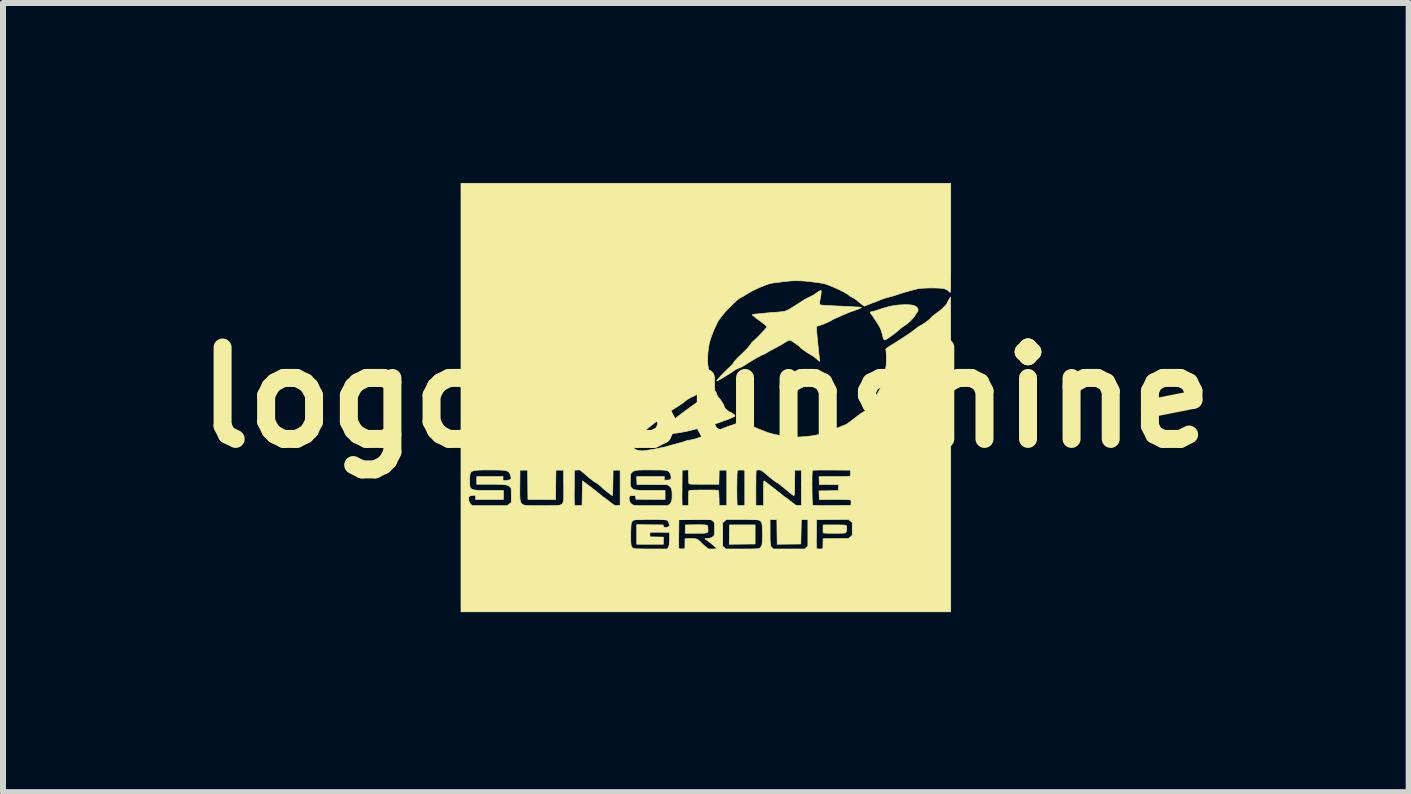
<source format=kicad_pcb>
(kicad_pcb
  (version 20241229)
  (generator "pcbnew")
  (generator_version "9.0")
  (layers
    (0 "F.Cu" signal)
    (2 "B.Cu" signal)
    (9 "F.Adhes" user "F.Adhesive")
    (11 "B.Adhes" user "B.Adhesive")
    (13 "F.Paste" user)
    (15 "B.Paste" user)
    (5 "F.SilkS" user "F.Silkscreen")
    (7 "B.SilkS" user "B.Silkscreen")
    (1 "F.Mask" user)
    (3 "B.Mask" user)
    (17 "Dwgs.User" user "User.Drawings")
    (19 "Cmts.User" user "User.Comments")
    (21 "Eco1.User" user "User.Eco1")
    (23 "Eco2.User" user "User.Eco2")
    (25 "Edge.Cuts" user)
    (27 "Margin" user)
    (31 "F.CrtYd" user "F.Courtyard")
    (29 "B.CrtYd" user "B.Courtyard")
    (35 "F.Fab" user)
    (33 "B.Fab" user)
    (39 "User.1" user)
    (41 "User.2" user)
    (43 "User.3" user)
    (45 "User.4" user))
  (footprint "logo-sunshine"
    (layer "F.Cu")
    (at 8.716 3.577)
    (property "Reference" "logo-sunshine" (at 0 0 0) (layer "F.SilkS") (effects (font (size 1.524 1.524) (thickness 0.3))))
    (attr through_hole)
    (fp_poly (pts (xy 0.821 2.441) (xy 0.605 2.443) (xy 0.39 2.445) (xy 0.392 2.284) (xy 0.395 2.123) (xy 0.821 2.123) (xy 0.821 2.441)) (stroke (width 0.01) (type solid)) (fill yes) (layer "F.SilkS"))
    (fp_poly (pts (xy -0.08 2.121) (xy -0.039 2.122) (xy -0.01 2.124) (xy 0.002 2.126) (xy 0.019 2.13) (xy 0.028 2.137) (xy 0.032 2.15) (xy 0.034 2.175) (xy 0.034 2.181) (xy 0.036 2.207) (xy 0.035 2.227) (xy 0.031 2.242) (xy 0.02 2.251) (xy 0.000299 2.257) (xy -0.03 2.261) (xy -0.072 2.262) (xy -0.13 2.262) (xy -0.164 2.262) (xy -0.345 2.262) (xy -0.34 2.123) (xy -0.184 2.121) (xy -0.13 2.121) (xy -0.08 2.121)) (stroke (width 0.01) (type solid)) (fill yes) (layer "F.SilkS"))
    (fp_poly (pts (xy 2.208 2.123) (xy 2.257 2.124) (xy 2.292 2.125) (xy 2.316 2.127) (xy 2.331 2.13) (xy 2.339 2.133) (xy 2.341 2.135) (xy 2.347 2.154) (xy 2.349 2.182) (xy 2.347 2.212) (xy 2.34 2.236) (xy 2.335 2.245) (xy 2.33 2.251) (xy 2.323 2.255) (xy 2.312 2.258) (xy 2.294 2.26) (xy 2.267 2.261) (xy 2.229 2.262) (xy 2.176 2.262) (xy 2.141 2.262) (xy 2.086 2.262) (xy 2.037 2.261) (xy 1.997 2.26) (xy 1.97 2.258) (xy 1.957 2.257) (xy 1.957 2.256) (xy 1.955 2.246) (xy 1.954 2.224) (xy 1.954 2.195) (xy 1.954 2.187) (xy 1.955 2.123) (xy 2.143 2.123) (xy 2.208 2.123)) (stroke (width 0.01) (type solid)) (fill yes) (layer "F.SilkS"))
    (fp_poly (pts (xy 3.38 -1.547) (xy 3.427 -1.543) (xy 3.462 -1.536) (xy 3.491 -1.524) (xy 3.515 -1.508) (xy 3.517 -1.506) (xy 3.531 -1.487) (xy 3.538 -1.463) (xy 3.536 -1.441) (xy 3.53 -1.432) (xy 3.522 -1.422) (xy 3.508 -1.402) (xy 3.493 -1.377) (xy 3.457 -1.327) (xy 3.409 -1.276) (xy 3.357 -1.23) (xy 3.312 -1.199) (xy 3.277 -1.176) (xy 3.243 -1.15) (xy 3.223 -1.131) (xy 3.197 -1.109) (xy 3.165 -1.082) (xy 3.128 -1.054) (xy 3.09 -1.026) (xy 3.053 -1.001) (xy 3.021 -0.98) (xy 2.996 -0.966) (xy 2.981 -0.96) (xy 2.98 -0.96) (xy 2.971 -0.967) (xy 2.961 -0.984) (xy 2.96 -0.986) (xy 2.953 -1.008) (xy 2.945 -1.038) (xy 2.939 -1.064) (xy 2.927 -1.108) (xy 2.91 -1.151) (xy 2.892 -1.188) (xy 2.885 -1.199) (xy 2.875 -1.213) (xy 2.863 -1.234) (xy 2.86 -1.238) (xy 2.847 -1.261) (xy 2.828 -1.289) (xy 2.815 -1.307) (xy 2.799 -1.33) (xy 2.788 -1.347) (xy 2.785 -1.353) (xy 2.78 -1.362) (xy 2.767 -1.378) (xy 2.762 -1.384) (xy 2.744 -1.408) (xy 2.741 -1.423) (xy 2.751 -1.429) (xy 2.755 -1.429) (xy 2.774 -1.432) (xy 2.807 -1.441) (xy 2.853 -1.455) (xy 2.91 -1.474) (xy 2.939 -1.484) (xy 3.067 -1.521) (xy 3.198 -1.542) (xy 3.318 -1.548) (xy 3.38 -1.547)) (stroke (width 0.01) (type solid)) (fill yes) (layer "F.SilkS"))
    (fp_poly (pts (xy 0.167 -0.097) (xy 0.176 -0.07) (xy 0.177 -0.064) (xy 0.186 -0.042) (xy 0.202 -0.015) (xy 0.217 0.004) (xy 0.236 0.027) (xy 0.251 0.046) (xy 0.257 0.056) (xy 0.265 0.069) (xy 0.279 0.09) (xy 0.285 0.099) (xy 0.297 0.119) (xy 0.303 0.133) (xy 0.303 0.136) (xy 0.304 0.149) (xy 0.315 0.169) (xy 0.334 0.191) (xy 0.358 0.213) (xy 0.382 0.232) (xy 0.402 0.242) (xy 0.427 0.254) (xy 0.454 0.272) (xy 0.462 0.278) (xy 0.48 0.294) (xy 0.486 0.304) (xy 0.482 0.311) (xy 0.475 0.316) (xy 0.458 0.325) (xy 0.43 0.338) (xy 0.398 0.352) (xy 0.365 0.365) (xy 0.337 0.375) (xy 0.318 0.381) (xy 0.315 0.381) (xy 0.297 0.386) (xy 0.294 0.388) (xy 0.281 0.395) (xy 0.258 0.403) (xy 0.254 0.405) (xy 0.227 0.414) (xy 0.193 0.427) (xy 0.174 0.434) (xy 0.146 0.444) (xy 0.123 0.451) (xy 0.113 0.452) (xy 0.09 0.455) (xy 0.054 0.462) (xy 0.011 0.472) (xy -0.033 0.485) (xy -0.045 0.489) (xy -0.145 0.518) (xy -0.242 0.544) (xy -0.332 0.565) (xy -0.415 0.581) (xy -0.488 0.592) (xy -0.549 0.598) (xy -0.598 0.597) (xy -0.626 0.593) (xy -0.646 0.585) (xy -0.656 0.575) (xy -0.66 0.556) (xy -0.661 0.549) (xy -0.658 0.522) (xy -0.645 0.493) (xy -0.622 0.459) (xy -0.586 0.421) (xy -0.537 0.375) (xy -0.505 0.346) (xy -0.476 0.323) (xy -0.438 0.293) (xy -0.395 0.26) (xy -0.347 0.225) (xy -0.298 0.189) (xy -0.25 0.154) (xy -0.204 0.121) (xy -0.164 0.093) (xy -0.131 0.071) (xy -0.107 0.056) (xy -0.097 0.051) (xy -0.083 0.041) (xy -0.073 0.028) (xy -0.056 0.012) (xy -0.033 -0.001) (xy -0.012 -0.01) (xy 0.02 -0.028) (xy 0.06 -0.052) (xy 0.104 -0.08) (xy 0.144 -0.106) (xy 0.156 -0.109) (xy 0.167 -0.097)) (stroke (width 0.01) (type solid)) (fill yes) (layer "F.SilkS"))
    (fp_poly (pts (xy 1.921 -1.779) (xy 1.923 -1.758) (xy 1.92 -1.727) (xy 1.914 -1.687) (xy 1.91 -1.663) (xy 1.901 -1.617) (xy 1.897 -1.584) (xy 1.898 -1.563) (xy 1.903 -1.55) (xy 1.912 -1.544) (xy 1.926 -1.542) (xy 1.955 -1.539) (xy 1.995 -1.536) (xy 2.043 -1.534) (xy 2.082 -1.532) (xy 2.138 -1.529) (xy 2.201 -1.526) (xy 2.267 -1.523) (xy 2.335 -1.52) (xy 2.4 -1.516) (xy 2.46 -1.513) (xy 2.512 -1.51) (xy 2.553 -1.508) (xy 2.58 -1.506) (xy 2.585 -1.506) (xy 2.593 -1.503) (xy 2.589 -1.498) (xy 2.571 -1.489) (xy 2.539 -1.475) (xy 2.501 -1.46) (xy 2.466 -1.447) (xy 2.438 -1.438) (xy 2.434 -1.437) (xy 2.414 -1.43) (xy 2.381 -1.417) (xy 2.34 -1.4) (xy 2.293 -1.38) (xy 2.245 -1.359) (xy 2.198 -1.338) (xy 2.155 -1.319) (xy 2.121 -1.303) (xy 2.098 -1.291) (xy 2.091 -1.286) (xy 2.068 -1.273) (xy 2.033 -1.256) (xy 1.991 -1.237) (xy 1.947 -1.219) (xy 1.906 -1.205) (xy 1.9 -1.203) (xy 1.846 -1.186) (xy 1.846 -1.131) (xy 1.847 -1.108) (xy 1.85 -1.072) (xy 1.854 -1.026) (xy 1.859 -0.972) (xy 1.865 -0.914) (xy 1.871 -0.855) (xy 1.877 -0.796) (xy 1.883 -0.741) (xy 1.889 -0.693) (xy 1.894 -0.654) (xy 1.895 -0.653) (xy 1.898 -0.627) (xy 1.898 -0.609) (xy 1.897 -0.603) (xy 1.888 -0.609) (xy 1.871 -0.623) (xy 1.848 -0.643) (xy 1.843 -0.647) (xy 1.813 -0.672) (xy 1.78 -0.696) (xy 1.753 -0.712) (xy 1.73 -0.725) (xy 1.7 -0.743) (xy 1.668 -0.765) (xy 1.635 -0.788) (xy 1.606 -0.809) (xy 1.584 -0.827) (xy 1.571 -0.839) (xy 1.569 -0.842) (xy 1.563 -0.849) (xy 1.545 -0.864) (xy 1.52 -0.882) (xy 1.491 -0.903) (xy 1.462 -0.923) (xy 1.436 -0.94) (xy 1.423 -0.947) (xy 1.408 -0.955) (xy 1.396 -0.957) (xy 1.381 -0.953) (xy 1.358 -0.941) (xy 1.349 -0.936) (xy 1.321 -0.92) (xy 1.296 -0.905) (xy 1.284 -0.897) (xy 1.27 -0.888) (xy 1.243 -0.873) (xy 1.208 -0.854) (xy 1.167 -0.831) (xy 1.148 -0.821) (xy 1.105 -0.799) (xy 1.066 -0.778) (xy 1.036 -0.76) (xy 1.016 -0.748) (xy 1.011 -0.745) (xy 0.991 -0.733) (xy 0.964 -0.72) (xy 0.959 -0.719) (xy 0.933 -0.707) (xy 0.896 -0.688) (xy 0.851 -0.664) (xy 0.802 -0.636) (xy 0.752 -0.606) (xy 0.704 -0.576) (xy 0.68 -0.561) (xy 0.647 -0.539) (xy 0.615 -0.52) (xy 0.59 -0.507) (xy 0.583 -0.504) (xy 0.553 -0.492) (xy 0.522 -0.48) (xy 0.521 -0.479) (xy 0.493 -0.465) (xy 0.465 -0.446) (xy 0.461 -0.443) (xy 0.444 -0.431) (xy 0.418 -0.413) (xy 0.384 -0.392) (xy 0.346 -0.369) (xy 0.307 -0.345) (xy 0.269 -0.322) (xy 0.234 -0.302) (xy 0.206 -0.287) (xy 0.188 -0.277) (xy 0.181 -0.276) (xy 0.187 -0.288) (xy 0.204 -0.309) (xy 0.229 -0.338) (xy 0.26 -0.373) (xy 0.297 -0.41) (xy 0.336 -0.449) (xy 0.375 -0.487) (xy 0.392 -0.503) (xy 0.419 -0.527) (xy 0.439 -0.548) (xy 0.451 -0.562) (xy 0.454 -0.566) (xy 0.46 -0.579) (xy 0.476 -0.602) (xy 0.502 -0.631) (xy 0.534 -0.665) (xy 0.571 -0.701) (xy 0.585 -0.714) (xy 0.643 -0.77) (xy 0.689 -0.817) (xy 0.723 -0.856) (xy 0.746 -0.888) (xy 0.748 -0.891) (xy 0.765 -0.915) (xy 0.79 -0.94) (xy 0.802 -0.95) (xy 0.82 -0.967) (xy 0.846 -0.991) (xy 0.877 -1.022) (xy 0.91 -1.056) (xy 0.943 -1.091) (xy 0.973 -1.123) (xy 0.996 -1.149) (xy 1.012 -1.168) (xy 1.014 -1.172) (xy 1.017 -1.179) (xy 1.014 -1.187) (xy 1.005 -1.197) (xy 0.988 -1.212) (xy 0.961 -1.233) (xy 0.923 -1.262) (xy 0.901 -1.279) (xy 0.86 -1.308) (xy 0.825 -1.335) (xy 0.798 -1.357) (xy 0.78 -1.372) (xy 0.774 -1.378) (xy 0.78 -1.384) (xy 0.804 -1.389) (xy 0.836 -1.392) (xy 0.882 -1.396) (xy 0.932 -1.401) (xy 0.966 -1.405) (xy 1.001 -1.409) (xy 1.048 -1.413) (xy 1.1 -1.417) (xy 1.143 -1.42) (xy 1.204 -1.425) (xy 1.251 -1.429) (xy 1.287 -1.433) (xy 1.316 -1.439) (xy 1.341 -1.448) (xy 1.366 -1.459) (xy 1.395 -1.475) (xy 1.431 -1.497) (xy 1.435 -1.499) (xy 1.479 -1.526) (xy 1.524 -1.555) (xy 1.565 -1.581) (xy 1.596 -1.602) (xy 1.596 -1.602) (xy 1.635 -1.627) (xy 1.68 -1.652) (xy 1.721 -1.672) (xy 1.759 -1.69) (xy 1.796 -1.71) (xy 1.825 -1.729) (xy 1.826 -1.73) (xy 1.862 -1.756) (xy 1.891 -1.775) (xy 1.911 -1.785) (xy 1.916 -1.786) (xy 1.921 -1.779)) (stroke (width 0.01) (type solid)) (fill yes) (layer "F.SilkS"))
    (fp_poly (pts (xy 4.082 -2.653) (xy 4.082 -2.513) (xy 4.082 -2.388) (xy 4.082 -2.277) (xy 4.082 -2.179) (xy 4.082 -2.094) (xy 4.081 -2.021) (xy 4.081 -1.959) (xy 4.08 -1.907) (xy 4.08 -1.864) (xy 4.079 -1.829) (xy 4.078 -1.802) (xy 4.077 -1.782) (xy 4.076 -1.768) (xy 4.074 -1.758) (xy 4.072 -1.753) (xy 4.07 -1.752) (xy 4.068 -1.753) (xy 4.066 -1.756) (xy 4.032 -1.788) (xy 3.985 -1.811) (xy 3.965 -1.817) (xy 3.937 -1.821) (xy 3.895 -1.824) (xy 3.843 -1.826) (xy 3.784 -1.827) (xy 3.724 -1.827) (xy 3.665 -1.825) (xy 3.612 -1.823) (xy 3.568 -1.819) (xy 3.538 -1.815) (xy 3.538 -1.815) (xy 3.446 -1.792) (xy 3.357 -1.767) (xy 3.274 -1.743) (xy 3.202 -1.72) (xy 3.175 -1.71) (xy 3.134 -1.697) (xy 3.086 -1.683) (xy 3.05 -1.674) (xy 3.01 -1.664) (xy 2.963 -1.649) (xy 2.917 -1.632) (xy 2.908 -1.628) (xy 2.874 -1.614) (xy 2.847 -1.603) (xy 2.83 -1.596) (xy 2.827 -1.595) (xy 2.817 -1.592) (xy 2.795 -1.584) (xy 2.766 -1.573) (xy 2.734 -1.56) (xy 2.703 -1.548) (xy 2.678 -1.538) (xy 2.665 -1.532) (xy 2.648 -1.525) (xy 2.642 -1.524) (xy 2.632 -1.529) (xy 2.613 -1.543) (xy 2.587 -1.564) (xy 2.555 -1.59) (xy 2.553 -1.592) (xy 2.519 -1.62) (xy 2.485 -1.644) (xy 2.457 -1.663) (xy 2.439 -1.672) (xy 2.41 -1.686) (xy 2.384 -1.705) (xy 2.383 -1.707) (xy 2.361 -1.723) (xy 2.326 -1.744) (xy 2.281 -1.769) (xy 2.229 -1.795) (xy 2.172 -1.821) (xy 2.116 -1.846) (xy 2.062 -1.868) (xy 2.014 -1.886) (xy 1.991 -1.893) (xy 1.961 -1.9) (xy 1.92 -1.908) (xy 1.876 -1.916) (xy 1.86 -1.918) (xy 1.753 -1.931) (xy 1.66 -1.941) (xy 1.579 -1.946) (xy 1.506 -1.948) (xy 1.438 -1.946) (xy 1.373 -1.941) (xy 1.352 -1.938) (xy 1.307 -1.933) (xy 1.253 -1.927) (xy 1.2 -1.92) (xy 1.179 -1.918) (xy 1.135 -1.912) (xy 1.094 -1.905) (xy 1.061 -1.898) (xy 1.048 -1.894) (xy 1.014 -1.881) (xy 0.979 -1.869) (xy 0.975 -1.867) (xy 0.924 -1.847) (xy 0.867 -1.822) (xy 0.811 -1.796) (xy 0.76 -1.77) (xy 0.718 -1.747) (xy 0.703 -1.737) (xy 0.666 -1.713) (xy 0.625 -1.689) (xy 0.594 -1.672) (xy 0.575 -1.662) (xy 0.557 -1.651) (xy 0.538 -1.638) (xy 0.517 -1.62) (xy 0.492 -1.597) (xy 0.461 -1.567) (xy 0.422 -1.529) (xy 0.373 -1.479) (xy 0.369 -1.476) (xy 0.329 -1.434) (xy 0.291 -1.389) (xy 0.255 -1.345) (xy 0.224 -1.303) (xy 0.201 -1.268) (xy 0.187 -1.241) (xy 0.186 -1.238) (xy 0.178 -1.22) (xy 0.166 -1.194) (xy 0.159 -1.179) (xy 0.14 -1.139) (xy 0.118 -1.084) (xy 0.092 -1.016) (xy 0.078 -0.976) (xy 0.059 -0.912) (xy 0.045 -0.836) (xy 0.035 -0.754) (xy 0.03 -0.671) (xy 0.03 -0.592) (xy 0.035 -0.532) (xy 0.048 -0.451) (xy 0.067 -0.366) (xy 0.089 -0.287) (xy 0.091 -0.282) (xy 0.097 -0.259) (xy 0.102 -0.241) (xy 0.103 -0.239) (xy 0.096 -0.23) (xy 0.078 -0.214) (xy 0.05 -0.194) (xy 0.018 -0.173) (xy -0.017 -0.15) (xy -0.048 -0.129) (xy -0.071 -0.113) (xy -0.082 -0.104) (xy -0.099 -0.09) (xy -0.125 -0.071) (xy -0.157 -0.05) (xy -0.188 -0.031) (xy -0.214 -0.017) (xy -0.228 -0.012) (xy -0.244 -0.005) (xy -0.269 0.009) (xy -0.296 0.025) (xy -0.323 0.042) (xy -0.343 0.057) (xy -0.352 0.065) (xy -0.361 0.074) (xy -0.381 0.089) (xy -0.411 0.109) (xy -0.445 0.133) (xy -0.483 0.157) (xy -0.519 0.181) (xy -0.553 0.202) (xy -0.579 0.218) (xy -0.592 0.225) (xy -0.616 0.238) (xy -0.631 0.249) (xy -0.635 0.253) (xy -0.642 0.26) (xy -0.66 0.276) (xy -0.689 0.298) (xy -0.726 0.325) (xy -0.768 0.357) (xy -0.785 0.369) (xy -0.833 0.405) (xy -0.885 0.446) (xy -0.939 0.489) (xy -0.992 0.533) (xy -1.042 0.577) (xy -1.088 0.617) (xy -1.127 0.654) (xy -1.158 0.684) (xy -1.178 0.706) (xy -1.183 0.714) (xy -1.193 0.734) (xy -1.202 0.761) (xy -1.206 0.774) (xy -1.213 0.799) (xy -1.212 0.817) (xy -1.205 0.833) (xy -1.201 0.841) (xy -1.185 0.859) (xy -1.163 0.871) (xy -1.138 0.878) (xy -1.106 0.884) (xy -1.077 0.888) (xy -1.066 0.889) (xy -1.038 0.887) (xy -0.996 0.882) (xy -0.944 0.874) (xy -0.885 0.865) (xy -0.825 0.854) (xy -0.765 0.842) (xy -0.711 0.83) (xy -0.665 0.82) (xy -0.632 0.81) (xy -0.63 0.81) (xy -0.613 0.804) (xy -0.584 0.796) (xy -0.55 0.787) (xy -0.544 0.786) (xy -0.489 0.771) (xy -0.437 0.757) (xy -0.393 0.744) (xy -0.358 0.733) (xy -0.336 0.725) (xy -0.331 0.723) (xy -0.317 0.718) (xy -0.293 0.713) (xy -0.277 0.711) (xy -0.227 0.702) (xy -0.166 0.686) (xy -0.101 0.664) (xy -0.077 0.655) (xy -0.044 0.643) (xy -0.012 0.632) (xy 0 0.627) (xy 0.04 0.614) (xy 0.082 0.6) (xy 0.121 0.585) (xy 0.153 0.573) (xy 0.172 0.564) (xy 0.172 0.564) (xy 0.189 0.556) (xy 0.218 0.543) (xy 0.255 0.527) (xy 0.296 0.51) (xy 0.336 0.494) (xy 0.369 0.482) (xy 0.403 0.47) (xy 0.413 0.468) (xy 0.437 0.46) (xy 0.471 0.447) (xy 0.511 0.431) (xy 0.529 0.423) (xy 0.61 0.388) (xy 0.662 0.42) (xy 0.693 0.437) (xy 0.736 0.459) (xy 0.786 0.483) (xy 0.84 0.507) (xy 0.893 0.53) (xy 0.941 0.549) (xy 0.948 0.551) (xy 0.977 0.562) (xy 1.002 0.573) (xy 1.007 0.575) (xy 1.03 0.583) (xy 1.06 0.592) (xy 1.07 0.595) (xy 1.101 0.603) (xy 1.127 0.61) (xy 1.134 0.611) (xy 1.195 0.625) (xy 1.267 0.638) (xy 1.346 0.648) (xy 1.425 0.655) (xy 1.498 0.659) (xy 1.516 0.659) (xy 1.574 0.657) (xy 1.64 0.652) (xy 1.709 0.646) (xy 1.776 0.637) (xy 1.833 0.627) (xy 1.86 0.622) (xy 1.893 0.614) (xy 1.924 0.607) (xy 1.937 0.604) (xy 1.975 0.594) (xy 2.016 0.581) (xy 2.055 0.568) (xy 2.087 0.556) (xy 2.105 0.548) (xy 2.124 0.538) (xy 2.155 0.524) (xy 2.194 0.507) (xy 2.236 0.489) (xy 2.276 0.473) (xy 2.309 0.46) (xy 2.316 0.457) (xy 2.329 0.452) (xy 2.344 0.444) (xy 2.362 0.432) (xy 2.386 0.416) (xy 2.417 0.393) (xy 2.457 0.363) (xy 2.508 0.324) (xy 2.539 0.299) (xy 2.574 0.273) (xy 2.609 0.25) (xy 2.639 0.232) (xy 2.651 0.226) (xy 2.679 0.21) (xy 2.702 0.193) (xy 2.71 0.184) (xy 2.724 0.166) (xy 2.736 0.153) (xy 2.745 0.14) (xy 2.757 0.118) (xy 2.762 0.105) (xy 2.781 0.063) (xy 2.799 0.028) (xy 2.815 0.004) (xy 2.818 0) (xy 2.828 -0.014) (xy 2.843 -0.038) (xy 2.86 -0.067) (xy 2.878 -0.098) (xy 2.894 -0.128) (xy 2.906 -0.152) (xy 2.912 -0.167) (xy 2.912 -0.169) (xy 2.916 -0.183) (xy 2.92 -0.186) (xy 2.927 -0.196) (xy 2.933 -0.215) (xy 2.933 -0.216) (xy 2.939 -0.242) (xy 2.946 -0.27) (xy 2.947 -0.274) (xy 2.961 -0.324) (xy 2.975 -0.383) (xy 2.988 -0.443) (xy 3 -0.499) (xy 3.003 -0.517) (xy 3.006 -0.548) (xy 3.009 -0.587) (xy 3.01 -0.632) (xy 3.01 -0.677) (xy 3.008 -0.721) (xy 3.006 -0.759) (xy 3.003 -0.787) (xy 2.999 -0.802) (xy 3.002 -0.81) (xy 3.016 -0.823) (xy 3.042 -0.842) (xy 3.083 -0.868) (xy 3.116 -0.889) (xy 3.194 -0.937) (xy 3.268 -0.985) (xy 3.336 -1.029) (xy 3.396 -1.07) (xy 3.447 -1.106) (xy 3.486 -1.136) (xy 3.505 -1.151) (xy 3.532 -1.172) (xy 3.559 -1.19) (xy 3.577 -1.2) (xy 3.598 -1.21) (xy 3.627 -1.228) (xy 3.66 -1.251) (xy 3.693 -1.276) (xy 3.723 -1.3) (xy 3.745 -1.32) (xy 3.753 -1.33) (xy 3.765 -1.343) (xy 3.791 -1.365) (xy 3.826 -1.392) (xy 3.87 -1.425) (xy 3.896 -1.443) (xy 3.909 -1.454) (xy 3.929 -1.473) (xy 3.953 -1.495) (xy 3.977 -1.519) (xy 3.998 -1.541) (xy 4.013 -1.558) (xy 4.019 -1.566) (xy 4.019 -1.566) (xy 4.022 -1.576) (xy 4.031 -1.595) (xy 4.044 -1.618) (xy 4.057 -1.642) (xy 4.069 -1.662) (xy 4.077 -1.674) (xy 4.079 -1.675) (xy 4.079 -1.667) (xy 4.079 -1.644) (xy 4.079 -1.606) (xy 4.08 -1.554) (xy 4.08 -1.489) (xy 4.08 -1.41) (xy 4.08 -1.319) (xy 4.081 -1.217) (xy 4.081 -1.103) (xy 4.081 -0.978) (xy 4.081 -0.844) (xy 4.081 -0.7) (xy 4.081 -0.547) (xy 4.082 -0.386) (xy 4.082 -0.218) (xy 4.082 -0.042) (xy 4.082 0.14) (xy 4.082 0.329) (xy 4.082 0.522) (xy 4.082 0.721) (xy 4.082 0.923) (xy 4.082 3.572) (xy -4.082 3.572) (xy -4.082 2.317) (xy -1.252 2.317) (xy -1.252 2.366) (xy -1.25 2.409) (xy -1.248 2.444) (xy -1.244 2.468) (xy -1.242 2.474) (xy -1.236 2.487) (xy -1.229 2.498) (xy -1.22 2.507) (xy -1.206 2.513) (xy -1.185 2.518) (xy -1.156 2.521) (xy -1.117 2.522) (xy -1.065 2.523) (xy -0.999 2.524) (xy -0.919 2.524) (xy -0.644 2.524) (xy -0.631 2.506) (xy -0.621 2.486) (xy -0.613 2.461) (xy -0.612 2.457) (xy -0.609 2.431) (xy -0.607 2.399) (xy -0.606 2.385) (xy -0.452 2.385) (xy -0.452 2.432) (xy -0.451 2.471) (xy -0.451 2.499) (xy -0.45 2.513) (xy -0.449 2.515) (xy -0.438 2.521) (xy -0.413 2.523) (xy -0.397 2.523) (xy -0.349 2.52) (xy -0.347 2.353) (xy -0.262 2.351) (xy -0.214 2.351) (xy -0.178 2.353) (xy -0.149 2.36) (xy -0.124 2.375) (xy -0.098 2.398) (xy -0.066 2.431) (xy -0.064 2.434) (xy -0.05 2.447) (xy -0.028 2.466) (xy -0.003 2.486) (xy 0.045 2.524) (xy 0.113 2.524) (xy 0.151 2.523) (xy 0.173 2.52) (xy 0.181 2.515) (xy 0.181 2.514) (xy 0.174 2.506) (xy 0.157 2.49) (xy 0.131 2.468) (xy 0.101 2.442) (xy 0.068 2.416) (xy 0.036 2.392) (xy 0.008 2.371) (xy -0.002 2.364) (xy -0.014 2.355) (xy -0.014 2.351) (xy 0.001 2.35) (xy 0.016 2.35) (xy 0.062 2.345) (xy 0.102 2.331) (xy 0.129 2.31) (xy 0.13 2.309) (xy 0.137 2.298) (xy 0.141 2.281) (xy 0.144 2.257) (xy 0.145 2.221) (xy 0.145 2.186) (xy 0.145 2.144) (xy 0.144 2.114) (xy 0.142 2.094) (xy 0.14 2.086) (xy 0.281 2.086) (xy 0.281 2.478) (xy 0.308 2.501) (xy 0.334 2.524) (xy 0.606 2.524) (xy 0.684 2.524) (xy 0.745 2.524) (xy 0.793 2.523) (xy 0.829 2.522) (xy 0.854 2.521) (xy 0.872 2.519) (xy 0.885 2.516) (xy 0.894 2.513) (xy 0.9 2.509) (xy 0.917 2.491) (xy 0.931 2.467) (xy 0.933 2.462) (xy 0.937 2.442) (xy 0.94 2.409) (xy 0.942 2.367) (xy 0.943 2.319) (xy 0.944 2.269) (xy 0.943 2.219) (xy 0.941 2.174) (xy 0.939 2.135) (xy 0.935 2.107) (xy 0.932 2.096) (xy 0.925 2.079) (xy 0.917 2.065) (xy 0.906 2.054) (xy 0.891 2.046) (xy 0.869 2.04) (xy 0.839 2.036) (xy 0.799 2.034) (xy 0.746 2.033) (xy 0.678 2.032) (xy 0.603 2.032) (xy 0.343 2.032) (xy 0.312 2.059) (xy 0.281 2.086) (xy 0.14 2.086) (xy 0.138 2.081) (xy 0.132 2.071) (xy 0.123 2.062) (xy 0.121 2.061) (xy 0.1 2.045) (xy 0.08 2.036) (xy 0.078 2.036) (xy 0.064 2.035) (xy 0.035 2.034) (xy -0.008 2.033) (xy -0.061 2.033) (xy -0.122 2.033) (xy -0.188 2.034) (xy -0.195 2.034) (xy -0.449 2.036) (xy -0.451 2.27) (xy -0.452 2.33) (xy -0.452 2.385) (xy -0.606 2.385) (xy -0.605 2.362) (xy -0.605 2.326) (xy -0.605 2.293) (xy -0.607 2.267) (xy -0.609 2.252) (xy -0.61 2.249) (xy -0.621 2.248) (xy -0.645 2.247) (xy -0.681 2.246) (xy -0.724 2.246) (xy -0.771 2.245) (xy -0.819 2.245) (xy -0.862 2.245) (xy -0.899 2.245) (xy -0.925 2.246) (xy -0.928 2.246) (xy -0.932 2.253) (xy -0.933 2.271) (xy -0.933 2.284) (xy -0.93 2.322) (xy -0.708 2.326) (xy -0.708 2.445) (xy -1.152 2.445) (xy -1.152 2.119) (xy -0.932 2.121) (xy -0.713 2.123) (xy -0.708 2.143) (xy -0.696 2.16) (xy -0.678 2.165) (xy -0.655 2.164) (xy -0.631 2.157) (xy -0.611 2.146) (xy -0.602 2.135) (xy -0.602 2.131) (xy -0.607 2.117) (xy -0.615 2.095) (xy -0.617 2.088) (xy -0.622 2.073) (xy -0.628 2.06) (xy -0.637 2.051) (xy -0.65 2.044) (xy -0.671 2.039) (xy -0.7 2.035) (xy -0.74 2.033) (xy -0.793 2.032) (xy -0.86 2.032) (xy -0.923 2.032) (xy -1.003 2.032) (xy -1.068 2.033) (xy -1.118 2.034) (xy -1.156 2.036) (xy -1.184 2.04) (xy -1.204 2.045) (xy -1.217 2.053) (xy -1.227 2.063) (xy -1.235 2.076) (xy -1.239 2.085) (xy -1.244 2.102) (xy -1.247 2.131) (xy -1.249 2.17) (xy -1.251 2.217) (xy -1.252 2.266) (xy -1.252 2.317) (xy -4.082 2.317) (xy -4.082 2.031) (xy 1.07 2.031) (xy 1.071 2.228) (xy 1.071 2.298) (xy 1.071 2.354) (xy 1.073 2.397) (xy 1.075 2.43) (xy 1.078 2.455) (xy 1.083 2.473) (xy 1.089 2.487) (xy 1.097 2.497) (xy 1.105 2.504) (xy 1.127 2.524) (xy 1.648 2.524) (xy 1.674 2.5) (xy 1.701 2.475) (xy 1.701 2.385) (xy 1.843 2.385) (xy 1.843 2.432) (xy 1.844 2.471) (xy 1.844 2.498) (xy 1.845 2.513) (xy 1.846 2.514) (xy 1.856 2.52) (xy 1.878 2.524) (xy 1.904 2.524) (xy 1.929 2.523) (xy 1.947 2.519) (xy 1.951 2.514) (xy 1.952 2.502) (xy 1.952 2.479) (xy 1.953 2.447) (xy 1.953 2.429) (xy 1.955 2.353) (xy 2.165 2.351) (xy 2.376 2.349) (xy 2.44 2.296) (xy 2.44 2.081) (xy 2.376 2.032) (xy 2.111 2.034) (xy 1.846 2.036) (xy 1.844 2.27) (xy 1.843 2.33) (xy 1.843 2.385) (xy 1.701 2.385) (xy 1.701 2.036) (xy 1.592 2.036) (xy 1.587 2.238) (xy 1.583 2.441) (xy 1.386 2.443) (xy 1.189 2.445) (xy 1.186 2.241) (xy 1.184 2.036) (xy 1.127 2.034) (xy 1.07 2.031) (xy -4.082 2.031) (xy -4.082 1.679) (xy -3.955 1.679) (xy -3.95 1.724) (xy -3.935 1.759) (xy -3.919 1.778) (xy -3.893 1.802) (xy -3.311 1.802) (xy -3.243 1.747) (xy -3.243 1.628) (xy -3.243 1.583) (xy -3.244 1.55) (xy -3.245 1.534) (xy -3.101 1.534) (xy -3.101 1.596) (xy -3.1 1.646) (xy -3.098 1.685) (xy -3.094 1.715) (xy -3.089 1.737) (xy -3.082 1.754) (xy -3.072 1.766) (xy -3.06 1.776) (xy -3.048 1.784) (xy -3.039 1.789) (xy -3.03 1.793) (xy -3.018 1.796) (xy -3.002 1.798) (xy -2.979 1.8) (xy -2.947 1.801) (xy -2.905 1.801) (xy -2.849 1.802) (xy -2.779 1.802) (xy -2.733 1.802) (xy -2.652 1.802) (xy -2.587 1.801) (xy -2.537 1.801) (xy -2.498 1.8) (xy -2.47 1.798) (xy -2.449 1.796) (xy -2.435 1.794) (xy -2.425 1.79) (xy -2.422 1.788) (xy -2.407 1.781) (xy -2.396 1.772) (xy -2.387 1.761) (xy -2.38 1.747) (xy -2.375 1.727) (xy -2.371 1.7) (xy -2.369 1.663) (xy -2.369 1.624) (xy -2.194 1.624) (xy -2.194 1.678) (xy -2.193 1.724) (xy -2.193 1.76) (xy -2.192 1.783) (xy -2.191 1.792) (xy -2.182 1.798) (xy -2.159 1.801) (xy -2.125 1.8) (xy -2.064 1.798) (xy -2.055 1.389) (xy -1.914 1.496) (xy -1.87 1.53) (xy -1.83 1.561) (xy -1.797 1.588) (xy -1.771 1.608) (xy -1.757 1.621) (xy -1.755 1.622) (xy -1.736 1.638) (xy -1.711 1.657) (xy -1.705 1.661) (xy -1.686 1.674) (xy -1.656 1.696) (xy -1.623 1.722) (xy -1.597 1.742) (xy -1.563 1.768) (xy -1.539 1.785) (xy -1.522 1.795) (xy -1.507 1.8) (xy -1.49 1.801) (xy -1.474 1.8) (xy -1.429 1.798) (xy -1.429 1.684) (xy -1.279 1.684) (xy -1.272 1.729) (xy -1.252 1.764) (xy -1.222 1.786) (xy -1.213 1.791) (xy -1.202 1.794) (xy -1.187 1.797) (xy -1.167 1.799) (xy -1.139 1.8) (xy -1.101 1.801) (xy -1.051 1.802) (xy -0.987 1.802) (xy -0.915 1.802) (xy -0.636 1.802) (xy -0.609 1.781) (xy -0.589 1.763) (xy -0.576 1.739) (xy -0.567 1.708) (xy -0.563 1.665) (xy -0.563 1.627) (xy -0.563 1.623) (xy -0.398 1.623) (xy -0.398 1.678) (xy -0.397 1.724) (xy -0.397 1.76) (xy -0.396 1.783) (xy -0.395 1.792) (xy -0.384 1.798) (xy -0.363 1.801) (xy -0.337 1.802) (xy -0.312 1.801) (xy -0.294 1.796) (xy -0.29 1.792) (xy -0.289 1.781) (xy -0.289 1.757) (xy -0.289 1.723) (xy -0.289 1.683) (xy -0.289 1.668) (xy -0.288 1.624) (xy -0.288 1.592) (xy -0.286 1.572) (xy -0.283 1.559) (xy -0.278 1.553) (xy -0.271 1.549) (xy -0.269 1.548) (xy -0.254 1.546) (xy -0.225 1.544) (xy -0.184 1.543) (xy -0.134 1.542) (xy -0.079 1.541) (xy -0.022 1.541) (xy 0.035 1.541) (xy 0.089 1.541) (xy 0.136 1.542) (xy 0.173 1.543) (xy 0.198 1.545) (xy 0.206 1.546) (xy 0.211 1.555) (xy 0.215 1.577) (xy 0.218 1.612) (xy 0.219 1.662) (xy 0.22 1.675) (xy 0.222 1.798) (xy 0.349 1.798) (xy 0.349 1.554) (xy 0.517 1.554) (xy 0.517 1.611) (xy 0.518 1.664) (xy 0.519 1.71) (xy 0.52 1.748) (xy 0.521 1.775) (xy 0.522 1.789) (xy 0.523 1.79) (xy 0.529 1.797) (xy 0.544 1.8) (xy 0.57 1.801) (xy 0.588 1.8) (xy 0.649 1.798) (xy 0.649 1.607) (xy 0.834 1.607) (xy 0.834 1.688) (xy 0.834 1.772) (xy 0.835 1.796) (xy 0.843 1.799) (xy 0.865 1.801) (xy 0.896 1.802) (xy 0.898 1.802) (xy 0.962 1.802) (xy 0.962 1.595) (xy 0.962 1.54) (xy 0.963 1.49) (xy 0.964 1.448) (xy 0.965 1.416) (xy 0.967 1.396) (xy 0.968 1.389) (xy 0.978 1.394) (xy 0.997 1.408) (xy 1.024 1.428) (xy 1.049 1.447) (xy 1.089 1.478) (xy 1.133 1.512) (xy 1.174 1.544) (xy 1.188 1.556) (xy 1.22 1.581) (xy 1.249 1.604) (xy 1.271 1.622) (xy 1.278 1.628) (xy 1.299 1.645) (xy 1.327 1.665) (xy 1.343 1.676) (xy 1.369 1.695) (xy 1.402 1.72) (xy 1.437 1.747) (xy 1.445 1.754) (xy 1.475 1.777) (xy 1.496 1.791) (xy 1.512 1.798) (xy 1.529 1.801) (xy 1.55 1.8) (xy 1.592 1.798) (xy 1.592 1.44) (xy 1.769 1.44) (xy 1.77 1.499) (xy 1.77 1.558) (xy 1.771 1.615) (xy 1.772 1.667) (xy 1.773 1.713) (xy 1.775 1.751) (xy 1.777 1.777) (xy 1.779 1.791) (xy 1.78 1.792) (xy 1.786 1.794) (xy 1.799 1.797) (xy 1.82 1.798) (xy 1.852 1.8) (xy 1.896 1.8) (xy 1.954 1.801) (xy 2.026 1.8) (xy 2.104 1.8) (xy 2.418 1.798) (xy 2.42 1.755) (xy 2.42 1.724) (xy 2.414 1.707) (xy 2.411 1.705) (xy 2.399 1.704) (xy 2.372 1.702) (xy 2.331 1.701) (xy 2.279 1.7) (xy 2.219 1.699) (xy 2.153 1.699) (xy 2.145 1.699) (xy 1.891 1.7) (xy 1.889 1.628) (xy 1.886 1.556) (xy 2.048 1.554) (xy 2.209 1.552) (xy 2.212 1.502) (xy 2.214 1.453) (xy 2.053 1.451) (xy 1.891 1.449) (xy 1.889 1.383) (xy 1.886 1.318) (xy 2.138 1.318) (xy 2.204 1.317) (xy 2.265 1.317) (xy 2.318 1.316) (xy 2.359 1.314) (xy 2.388 1.313) (xy 2.402 1.311) (xy 2.402 1.311) (xy 2.409 1.299) (xy 2.412 1.274) (xy 2.411 1.257) (xy 2.408 1.21) (xy 2.096 1.208) (xy 2.008 1.208) (xy 1.936 1.208) (xy 1.88 1.208) (xy 1.837 1.209) (xy 1.807 1.21) (xy 1.788 1.212) (xy 1.778 1.215) (xy 1.777 1.216) (xy 1.775 1.227) (xy 1.773 1.251) (xy 1.771 1.287) (xy 1.77 1.332) (xy 1.77 1.384) (xy 1.769 1.44) (xy 1.592 1.44) (xy 1.592 1.21) (xy 1.483 1.21) (xy 1.481 1.423) (xy 1.48 1.489) (xy 1.479 1.541) (xy 1.477 1.579) (xy 1.475 1.607) (xy 1.473 1.624) (xy 1.47 1.633) (xy 1.467 1.635) (xy 1.457 1.63) (xy 1.436 1.615) (xy 1.407 1.593) (xy 1.372 1.564) (xy 1.333 1.531) (xy 1.333 1.531) (xy 1.292 1.497) (xy 1.254 1.466) (xy 1.22 1.44) (xy 1.194 1.422) (xy 1.179 1.413) (xy 1.162 1.403) (xy 1.135 1.383) (xy 1.101 1.357) (xy 1.063 1.326) (xy 1.035 1.303) (xy 0.994 1.268) (xy 0.964 1.243) (xy 0.941 1.225) (xy 0.925 1.215) (xy 0.911 1.209) (xy 0.898 1.207) (xy 0.884 1.206) (xy 0.859 1.208) (xy 0.842 1.213) (xy 0.839 1.215) (xy 0.838 1.224) (xy 0.837 1.248) (xy 0.836 1.284) (xy 0.835 1.332) (xy 0.835 1.39) (xy 0.834 1.456) (xy 0.834 1.529) (xy 0.834 1.607) (xy 0.649 1.607) (xy 0.649 1.21) (xy 0.59 1.208) (xy 0.553 1.208) (xy 0.531 1.212) (xy 0.525 1.216) (xy 0.523 1.226) (xy 0.522 1.25) (xy 0.52 1.285) (xy 0.519 1.329) (xy 0.518 1.381) (xy 0.518 1.437) (xy 0.517 1.495) (xy 0.517 1.554) (xy 0.349 1.554) (xy 0.349 1.21) (xy 0.222 1.21) (xy 0.22 1.328) (xy 0.217 1.445) (xy -0.032 1.445) (xy -0.106 1.445) (xy -0.164 1.444) (xy -0.207 1.444) (xy -0.239 1.443) (xy -0.26 1.441) (xy -0.273 1.439) (xy -0.28 1.436) (xy -0.282 1.432) (xy -0.283 1.431) (xy -0.285 1.411) (xy -0.286 1.405) (xy -0.287 1.393) (xy -0.287 1.368) (xy -0.288 1.335) (xy -0.289 1.299) (xy -0.29 1.206) (xy -0.342 1.208) (xy -0.395 1.21) (xy -0.397 1.496) (xy -0.397 1.562) (xy -0.398 1.623) (xy -0.563 1.623) (xy -0.564 1.576) (xy -0.569 1.537) (xy -0.579 1.508) (xy -0.593 1.487) (xy -0.611 1.473) (xy -0.64 1.453) (xy -1.148 1.449) (xy -1.153 1.318) (xy -0.692 1.318) (xy -0.693 1.347) (xy -0.694 1.377) (xy -0.65 1.376) (xy -0.622 1.374) (xy -0.599 1.371) (xy -0.594 1.37) (xy -0.584 1.359) (xy -0.58 1.338) (xy -0.581 1.311) (xy -0.587 1.284) (xy -0.598 1.26) (xy -0.6 1.257) (xy -0.61 1.243) (xy -0.621 1.232) (xy -0.635 1.223) (xy -0.653 1.217) (xy -0.678 1.212) (xy -0.712 1.209) (xy -0.757 1.207) (xy -0.815 1.207) (xy -0.889 1.207) (xy -0.916 1.206) (xy -0.994 1.207) (xy -1.055 1.207) (xy -1.103 1.208) (xy -1.139 1.21) (xy -1.167 1.214) (xy -1.187 1.219) (xy -1.203 1.226) (xy -1.217 1.235) (xy -1.23 1.247) (xy -1.234 1.25) (xy -1.243 1.26) (xy -1.25 1.27) (xy -1.254 1.285) (xy -1.256 1.307) (xy -1.258 1.339) (xy -1.259 1.372) (xy -1.26 1.415) (xy -1.259 1.445) (xy -1.257 1.466) (xy -1.253 1.481) (xy -1.246 1.494) (xy -1.243 1.499) (xy -1.232 1.512) (xy -1.22 1.523) (xy -1.205 1.532) (xy -1.184 1.538) (xy -1.155 1.542) (xy -1.117 1.545) (xy -1.067 1.547) (xy -1.004 1.548) (xy -0.924 1.548) (xy -0.68 1.548) (xy -0.68 1.699) (xy -0.923 1.697) (xy -1.166 1.695) (xy -1.168 1.665) (xy -1.171 1.646) (xy -1.178 1.638) (xy -1.195 1.635) (xy -1.211 1.635) (xy -1.246 1.636) (xy -1.266 1.642) (xy -1.276 1.654) (xy -1.279 1.675) (xy -1.279 1.684) (xy -1.429 1.684) (xy -1.429 1.21) (xy -1.547 1.21) (xy -1.549 1.423) (xy -1.55 1.479) (xy -1.551 1.53) (xy -1.552 1.573) (xy -1.554 1.606) (xy -1.555 1.627) (xy -1.556 1.635) (xy -1.556 1.635) (xy -1.565 1.63) (xy -1.585 1.617) (xy -1.61 1.597) (xy -1.64 1.575) (xy -1.67 1.551) (xy -1.697 1.529) (xy -1.719 1.511) (xy -1.731 1.499) (xy -1.731 1.498) (xy -1.752 1.478) (xy -1.781 1.454) (xy -1.812 1.431) (xy -1.838 1.416) (xy -1.842 1.414) (xy -1.856 1.405) (xy -1.881 1.387) (xy -1.913 1.362) (xy -1.951 1.332) (xy -1.982 1.305) (xy -2.098 1.206) (xy -2.144 1.208) (xy -2.191 1.21) (xy -2.193 1.496) (xy -2.194 1.562) (xy -2.194 1.624) (xy -2.369 1.624) (xy -2.369 1.617) (xy -2.369 1.558) (xy -2.369 1.485) (xy -2.369 1.468) (xy -2.372 1.21) (xy -2.499 1.21) (xy -2.502 1.455) (xy -2.504 1.699) (xy -2.966 1.699) (xy -2.968 1.455) (xy -2.971 1.21) (xy -3.098 1.21) (xy -3.1 1.457) (xy -3.101 1.534) (xy -3.245 1.534) (xy -3.245 1.527) (xy -3.248 1.512) (xy -3.253 1.502) (xy -3.261 1.493) (xy -3.268 1.487) (xy -3.283 1.475) (xy -3.301 1.465) (xy -3.323 1.458) (xy -3.353 1.452) (xy -3.391 1.449) (xy -3.441 1.446) (xy -3.504 1.445) (xy -3.583 1.445) (xy -3.597 1.445) (xy -3.819 1.445) (xy -3.819 1.318) (xy -3.379 1.318) (xy -3.382 1.348) (xy -3.382 1.367) (xy -3.377 1.379) (xy -3.363 1.385) (xy -3.339 1.384) (xy -3.301 1.378) (xy -3.259 1.368) (xy -3.25 1.359) (xy -3.247 1.339) (xy -3.251 1.313) (xy -3.259 1.286) (xy -3.271 1.26) (xy -3.285 1.241) (xy -3.287 1.24) (xy -3.301 1.23) (xy -3.317 1.223) (xy -3.337 1.217) (xy -3.363 1.213) (xy -3.398 1.21) (xy -3.443 1.208) (xy -3.502 1.207) (xy -3.575 1.207) (xy -3.61 1.207) (xy -3.695 1.207) (xy -3.764 1.208) (xy -3.818 1.211) (xy -3.86 1.216) (xy -3.89 1.226) (xy -3.911 1.239) (xy -3.925 1.258) (xy -3.932 1.284) (xy -3.935 1.317) (xy -3.936 1.358) (xy -3.936 1.382) (xy -3.937 1.426) (xy -3.935 1.461) (xy -3.931 1.489) (xy -3.921 1.51) (xy -3.905 1.525) (xy -3.88 1.536) (xy -3.845 1.542) (xy -3.798 1.546) (xy -3.738 1.547) (xy -3.661 1.548) (xy -3.616 1.548) (xy -3.375 1.548) (xy -3.375 1.699) (xy -3.837 1.699) (xy -3.837 1.627) (xy -3.885 1.632) (xy -3.921 1.637) (xy -3.942 1.646) (xy -3.953 1.659) (xy -3.955 1.679) (xy -4.082 1.679) (xy -4.082 -3.572) (xy 4.082 -3.572) (xy 4.082 -2.653)) (stroke (width 0.01) (type solid)) (fill yes) (layer "F.SilkS")))
  (gr_rect
    (start -3 -3)
    (end 20.432 10.154)
    (stroke (width 0.1) (type default))
    (fill no)
    (layer "Edge.Cuts")))
</source>
